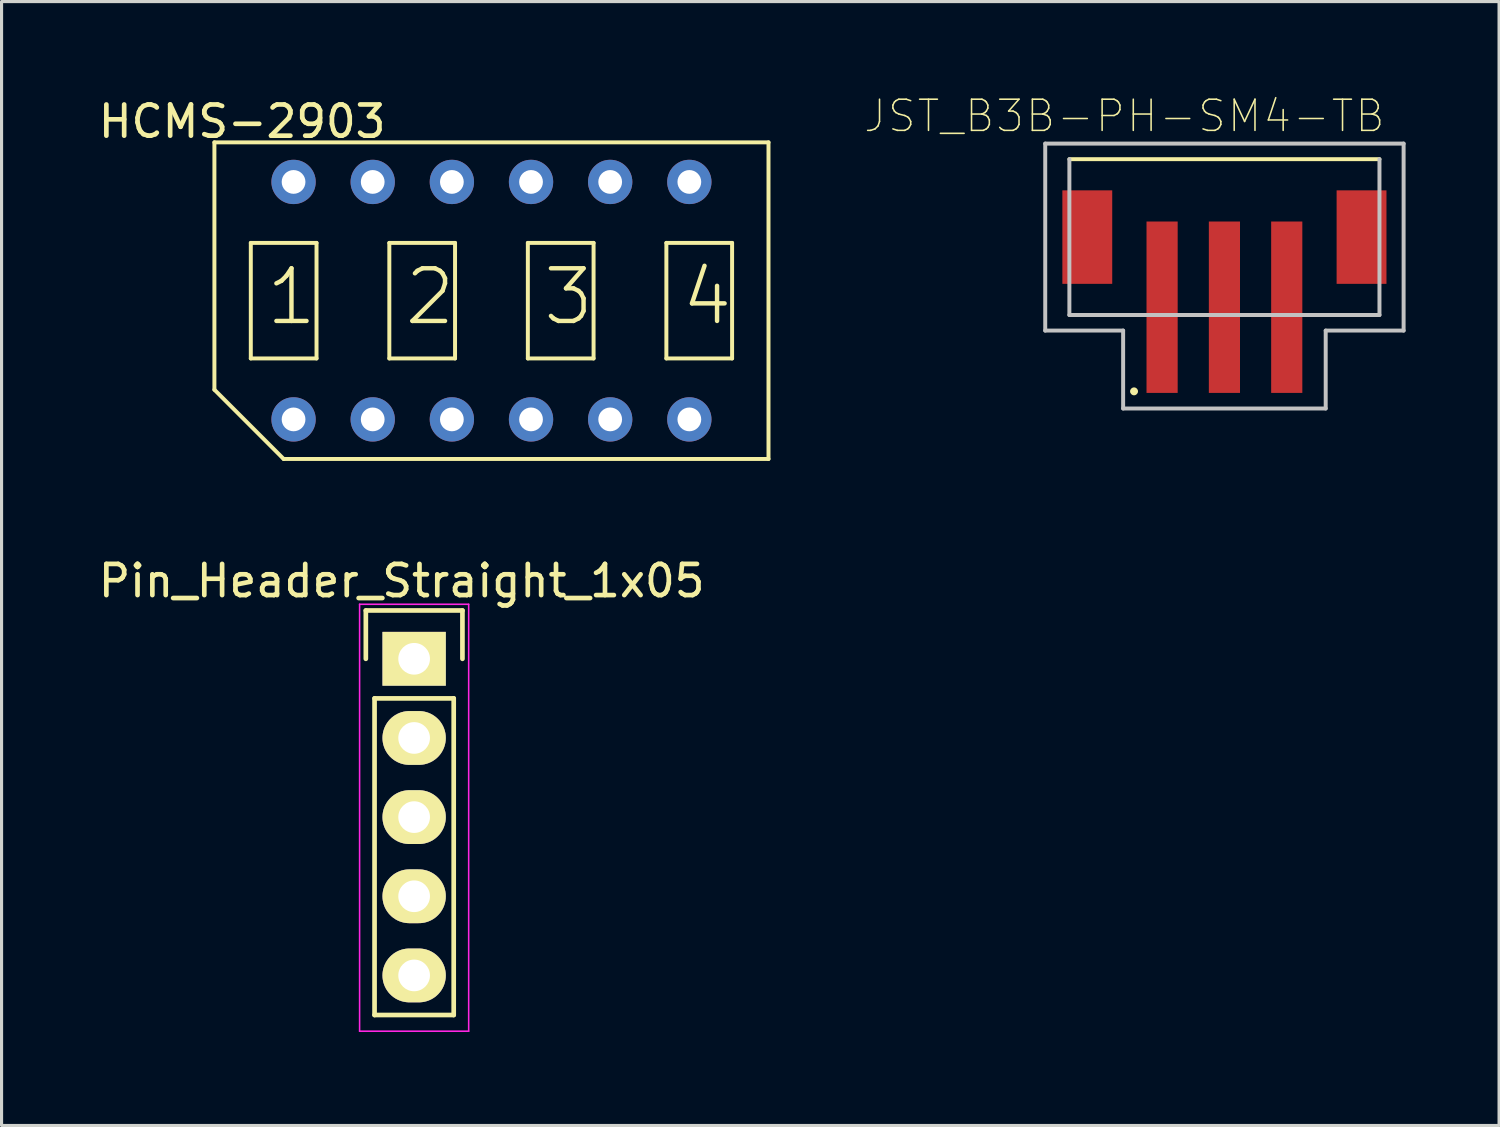
<source format=kicad_pcb>
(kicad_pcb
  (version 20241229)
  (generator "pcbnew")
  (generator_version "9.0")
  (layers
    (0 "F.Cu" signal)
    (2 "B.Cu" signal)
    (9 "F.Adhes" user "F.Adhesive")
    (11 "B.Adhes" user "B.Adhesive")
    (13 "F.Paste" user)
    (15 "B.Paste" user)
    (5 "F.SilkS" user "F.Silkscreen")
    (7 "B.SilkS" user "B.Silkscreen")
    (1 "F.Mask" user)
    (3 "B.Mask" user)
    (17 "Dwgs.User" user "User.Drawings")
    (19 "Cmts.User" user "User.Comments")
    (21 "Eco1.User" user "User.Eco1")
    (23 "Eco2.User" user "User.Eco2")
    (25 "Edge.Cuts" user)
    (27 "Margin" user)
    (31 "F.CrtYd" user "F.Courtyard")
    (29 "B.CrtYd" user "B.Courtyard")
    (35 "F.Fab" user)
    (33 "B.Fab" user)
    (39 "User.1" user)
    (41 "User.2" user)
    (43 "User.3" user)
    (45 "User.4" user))
  (footprint "JST_B3B-PH-SM4-TB"
    (layer "F.Cu")
    (at 36.24 6.808)
    (property "Reference" "JST_B3B-PH-SM4-TB" (at -3.21 -6.135 0) (layer "F.SilkS") (effects (font (size 1 1) (thickness 0.05))))
    (attr smd)
    (fp_line (start 4.975 -4.75) (end -4.975 -4.75) (stroke (width 0.127) (type solid)) (layer "F.SilkS"))
    (fp_circle (center -2.9 2.7) (end -2.773 2.7) (stroke (width 0) (type solid)) (fill yes) (layer "F.SilkS"))
    (fp_line (start -5.75 -5.25) (end 5.75 -5.25) (stroke (width 0.127) (type solid)) (layer "Dwgs.User"))
    (fp_line (start -5.75 0.75) (end -5.75 -5.25) (stroke (width 0.127) (type solid)) (layer "Dwgs.User"))
    (fp_line (start -4.975 -4.75) (end -4.975 0.25) (stroke (width 0.127) (type solid)) (layer "Dwgs.User"))
    (fp_line (start -4.975 0.25) (end 4.975 0.25) (stroke (width 0.127) (type solid)) (layer "Dwgs.User"))
    (fp_line (start -3.25 0.75) (end -5.75 0.75) (stroke (width 0.127) (type solid)) (layer "Dwgs.User"))
    (fp_line (start -3.25 3.25) (end -3.25 0.75) (stroke (width 0.127) (type solid)) (layer "Dwgs.User"))
    (fp_line (start 3.25 0.75) (end 3.25 3.25) (stroke (width 0.127) (type solid)) (layer "Dwgs.User"))
    (fp_line (start 3.25 3.25) (end -3.25 3.25) (stroke (width 0.127) (type solid)) (layer "Dwgs.User"))
    (fp_line (start 4.975 0.25) (end 4.975 -4.75) (stroke (width 0.127) (type solid)) (layer "Dwgs.User"))
    (fp_line (start 5.75 -5.25) (end 5.75 0.75) (stroke (width 0.127) (type solid)) (layer "Dwgs.User"))
    (fp_line (start 5.75 0.75) (end 3.25 0.75) (stroke (width 0.127) (type solid)) (layer "Dwgs.User"))
    (pad "1" smd rect (at -2 0) (size 1 5.5) (layers "F.Cu" "F.Mask" "F.Paste"))
    (pad "2" smd rect (at 0 0) (size 1 5.5) (layers "F.Cu" "F.Mask" "F.Paste"))
    (pad "3" smd rect (at 2 0) (size 1 5.5) (layers "F.Cu" "F.Mask" "F.Paste"))
    (pad "P1" smd rect (at -4.4 -2.25) (size 1.6 3) (layers "F.Cu" "F.Mask" "F.Paste"))
    (pad "P2" smd rect (at 4.4 -2.25) (size 1.6 3) (layers "F.Cu" "F.Mask" "F.Paste")))
  (footprint "HCMS-2903"
    (layer "F.Cu")
    (at 12.72 6.598)
    (property "Reference" "HCMS-2903" (at -8 -5.75 0) (layer "F.SilkS") (effects (font (size 1 1) (thickness 0.15))))
    (attr through_hole)
    (fp_line (start -8.89 -5.08) (end -8.89 2.857) (stroke (width 0.127) (type solid)) (layer "F.SilkS"))
    (fp_line (start -8.89 2.857) (end -6.668 5.08) (stroke (width 0.127) (type solid)) (layer "F.SilkS"))
    (fp_line (start -7.722 -1.854) (end -7.722 1.854) (stroke (width 0.127) (type solid)) (layer "F.SilkS"))
    (fp_line (start -7.722 1.854) (end -5.613 1.854) (stroke (width 0.127) (type solid)) (layer "F.SilkS"))
    (fp_line (start -6.668 5.08) (end 8.89 5.08) (stroke (width 0.127) (type solid)) (layer "F.SilkS"))
    (fp_line (start -5.613 -1.854) (end -7.722 -1.854) (stroke (width 0.127) (type solid)) (layer "F.SilkS"))
    (fp_line (start -5.613 1.854) (end -5.613 -1.854) (stroke (width 0.127) (type solid)) (layer "F.SilkS"))
    (fp_line (start -3.277 -1.854) (end -3.277 1.854) (stroke (width 0.127) (type solid)) (layer "F.SilkS"))
    (fp_line (start -3.277 1.854) (end -1.168 1.854) (stroke (width 0.127) (type solid)) (layer "F.SilkS"))
    (fp_line (start -1.168 -1.854) (end -3.277 -1.854) (stroke (width 0.127) (type solid)) (layer "F.SilkS"))
    (fp_line (start -1.168 1.854) (end -1.168 -1.854) (stroke (width 0.127) (type solid)) (layer "F.SilkS"))
    (fp_line (start 1.168 -1.854) (end 1.168 1.854) (stroke (width 0.127) (type solid)) (layer "F.SilkS"))
    (fp_line (start 1.168 1.854) (end 3.277 1.854) (stroke (width 0.127) (type solid)) (layer "F.SilkS"))
    (fp_line (start 3.277 -1.854) (end 1.168 -1.854) (stroke (width 0.127) (type solid)) (layer "F.SilkS"))
    (fp_line (start 3.277 1.854) (end 3.277 -1.854) (stroke (width 0.127) (type solid)) (layer "F.SilkS"))
    (fp_line (start 5.613 -1.854) (end 5.613 1.854) (stroke (width 0.127) (type solid)) (layer "F.SilkS"))
    (fp_line (start 5.613 1.854) (end 7.722 1.854) (stroke (width 0.127) (type solid)) (layer "F.SilkS"))
    (fp_line (start 7.722 -1.854) (end 5.613 -1.854) (stroke (width 0.127) (type solid)) (layer "F.SilkS"))
    (fp_line (start 7.722 1.854) (end 7.722 -1.854) (stroke (width 0.127) (type solid)) (layer "F.SilkS"))
    (fp_line (start 8.89 -5.08) (end -8.89 -5.08) (stroke (width 0.127) (type solid)) (layer "F.SilkS"))
    (fp_line (start 8.89 5.08) (end 8.89 -5.08) (stroke (width 0.127) (type solid)) (layer "F.SilkS"))
    (fp_text user "3" (at 1.575 0.864 0) (layer "F.SilkS") (effects (font (size 1.689 1.689) (thickness 0.142)) (justify left bottom)))
    (fp_text user "2" (at -2.87 0.864 0) (layer "F.SilkS") (effects (font (size 1.689 1.689) (thickness 0.142)) (justify left bottom)))
    (fp_text user "1" (at -7.315 0.864 0) (layer "F.SilkS") (effects (font (size 1.689 1.689) (thickness 0.142)) (justify left bottom)))
    (fp_text user "4" (at 6.02 0.864 0) (layer "F.SilkS") (effects (font (size 1.689 1.689) (thickness 0.142)) (justify left bottom)))
    (pad "BLAN" thru_hole circle (at 3.81 -3.81) (size 1.422 1.422) (drill 0.762) (layers "*.Cu" "*.Mask"))
    (pad "CE" thru_hole circle (at 6.35 -3.81) (size 1.422 1.422) (drill 0.762) (layers "*.Cu" "*.Mask"))
    (pad "CLK" thru_hole circle (at 6.35 3.81) (size 1.422 1.422) (drill 0.762) (layers "*.Cu" "*.Mask"))
    (pad "D_IN" thru_hole circle (at 1.27 3.81) (size 1.422 1.422) (drill 0.762) (layers "*.Cu" "*.Mask"))
    (pad "D_O" thru_hole circle (at -6.35 3.81) (size 1.422 1.422) (drill 0.762) (layers "*.Cu" "*.Mask"))
    (pad "GND" thru_hole circle (at 1.27 -3.81) (size 1.422 1.422) (drill 0.762) (layers "*.Cu" "*.Mask"))
    (pad "OSC" thru_hole circle (at -3.81 3.81 90) (size 1.422 1.422) (drill 0.762) (layers "*.Cu" "*.Mask"))
    (pad "RESE" thru_hole circle (at -6.35 -3.81) (size 1.422 1.422) (drill 0.762) (layers "*.Cu" "*.Mask"))
    (pad "RS" thru_hole circle (at 3.81 3.81) (size 1.422 1.422) (drill 0.762) (layers "*.Cu" "*.Mask"))
    (pad "SEL" thru_hole circle (at -1.27 -3.81) (size 1.422 1.422) (drill 0.762) (layers "*.Cu" "*.Mask"))
    (pad "V_LE" thru_hole circle (at -1.27 3.81) (size 1.422 1.422) (drill 0.762) (layers "*.Cu" "*.Mask"))
    (pad "V_LO" thru_hole circle (at -3.81 -3.81) (size 1.422 1.422) (drill 0.762) (layers "*.Cu" "*.Mask")))
  (footprint "Pin_Header_Straight_1x05"
    (layer "F.Cu")
    (at 10.239 18.09)
    (property "Reference" "Pin_Header_Straight_1x05" (at -0.4 -2.5 0) (layer "F.SilkS") (effects (font (size 1 1) (thickness 0.15))))
    (attr through_hole)
    (fp_line (start -1.55 -1.55) (end 1.55 -1.55) (stroke (width 0.15) (type solid)) (layer "F.SilkS"))
    (fp_line (start -1.55 0) (end -1.55 -1.55) (stroke (width 0.15) (type solid)) (layer "F.SilkS"))
    (fp_line (start -1.27 11.43) (end -1.27 1.27) (stroke (width 0.15) (type solid)) (layer "F.SilkS"))
    (fp_line (start 1.27 1.27) (end -1.27 1.27) (stroke (width 0.15) (type solid)) (layer "F.SilkS"))
    (fp_line (start 1.27 1.27) (end 1.27 11.43) (stroke (width 0.15) (type solid)) (layer "F.SilkS"))
    (fp_line (start 1.27 11.43) (end -1.27 11.43) (stroke (width 0.15) (type solid)) (layer "F.SilkS"))
    (fp_line (start 1.55 -1.55) (end 1.55 0) (stroke (width 0.15) (type solid)) (layer "F.SilkS"))
    (fp_line (start -1.75 -1.75) (end -1.75 11.95) (stroke (width 0.05) (type solid)) (layer "F.CrtYd"))
    (fp_line (start -1.75 -1.75) (end 1.75 -1.75) (stroke (width 0.05) (type solid)) (layer "F.CrtYd"))
    (fp_line (start -1.75 11.95) (end 1.75 11.95) (stroke (width 0.05) (type solid)) (layer "F.CrtYd"))
    (fp_line (start 1.75 -1.75) (end 1.75 11.95) (stroke (width 0.05) (type solid)) (layer "F.CrtYd"))
    (pad "1" thru_hole rect (at 0 0) (size 2.032 1.727) (drill 1.016) (layers "*.Cu" "*.Mask" "F.SilkS"))
    (pad "2" thru_hole oval (at 0 2.54) (size 2.032 1.727) (drill 1.016) (layers "*.Cu" "*.Mask" "F.SilkS"))
    (pad "3" thru_hole oval (at 0 5.08) (size 2.032 1.727) (drill 1.016) (layers "*.Cu" "*.Mask" "F.SilkS"))
    (pad "4" thru_hole oval (at 0 7.62) (size 2.032 1.727) (drill 1.016) (layers "*.Cu" "*.Mask" "F.SilkS"))
    (pad "5" thru_hole oval (at 0 10.16) (size 2.032 1.727) (drill 1.016) (layers "*.Cu" "*.Mask" "F.SilkS")))
  (gr_rect
    (start -3 -3)
    (end 45.053 33.065)
    (stroke (width 0.1) (type default))
    (fill no)
    (layer "Edge.Cuts")))
</source>
